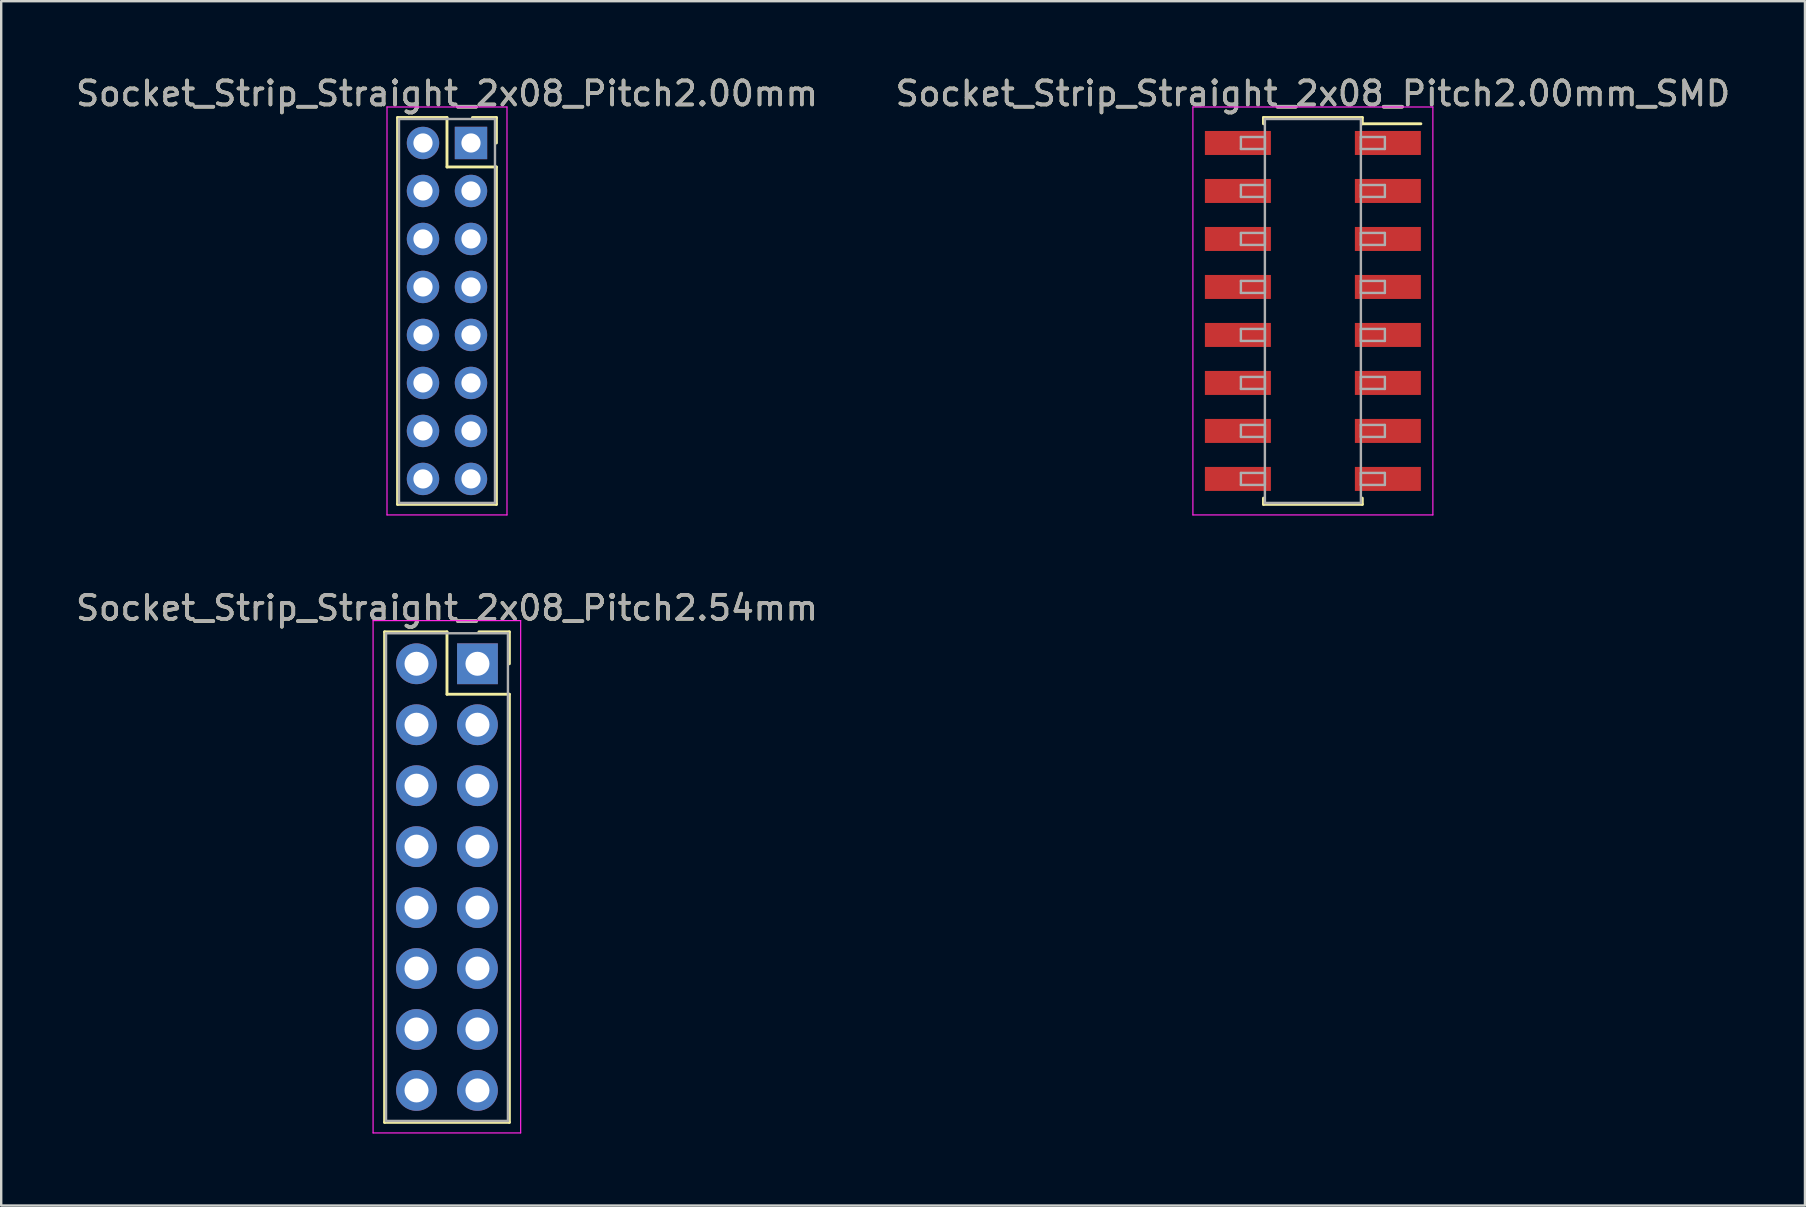
<source format=kicad_pcb>
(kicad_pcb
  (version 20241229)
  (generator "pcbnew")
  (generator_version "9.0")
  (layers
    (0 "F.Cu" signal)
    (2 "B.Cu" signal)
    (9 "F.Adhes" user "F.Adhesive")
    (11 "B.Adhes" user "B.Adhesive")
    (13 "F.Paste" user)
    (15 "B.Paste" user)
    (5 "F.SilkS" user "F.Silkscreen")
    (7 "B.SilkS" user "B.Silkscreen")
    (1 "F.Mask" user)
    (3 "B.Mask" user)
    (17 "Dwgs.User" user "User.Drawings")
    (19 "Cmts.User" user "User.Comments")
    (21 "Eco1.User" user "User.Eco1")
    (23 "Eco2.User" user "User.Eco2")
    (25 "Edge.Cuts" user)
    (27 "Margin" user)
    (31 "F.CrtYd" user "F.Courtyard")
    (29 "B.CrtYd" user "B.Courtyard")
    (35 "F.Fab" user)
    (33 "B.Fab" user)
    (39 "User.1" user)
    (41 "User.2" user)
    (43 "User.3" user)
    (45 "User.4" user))
  (footprint "Socket_Strip_Straight_2x08_Pitch2.00mm_SMD"
    (layer "F.Cu")
    (at 51.661 9.908)
    (property "Reference" "Socket_Strip_Straight_2x08_Pitch2.00mm_SMD" (at 0 -9.06 0) (layer "F.SilkS") (effects (font (size 1 1) (thickness 0.15))))
    (attr smd)
    (fp_line (start -2.06 -8.06) (end 2.06 -8.06) (stroke (width 0.12) (type solid)) (layer "F.SilkS"))
    (fp_line (start -2.06 -7.8) (end -2.06 -8.06) (stroke (width 0.12) (type solid)) (layer "F.SilkS"))
    (fp_line (start -2.06 7.8) (end -2.06 8.06) (stroke (width 0.12) (type solid)) (layer "F.SilkS"))
    (fp_line (start -2.06 8.06) (end 2.06 8.06) (stroke (width 0.12) (type solid)) (layer "F.SilkS"))
    (fp_line (start 2.06 -8.06) (end 2.06 -7.8) (stroke (width 0.12) (type solid)) (layer "F.SilkS"))
    (fp_line (start 2.06 8.06) (end 2.06 7.8) (stroke (width 0.12) (type solid)) (layer "F.SilkS"))
    (fp_line (start 4.5 -7.8) (end 2.06 -7.8) (stroke (width 0.12) (type solid)) (layer "F.SilkS"))
    (fp_line (start -5 -8.5) (end -5 8.5) (stroke (width 0.05) (type solid)) (layer "F.CrtYd"))
    (fp_line (start -5 8.5) (end 5 8.5) (stroke (width 0.05) (type solid)) (layer "F.CrtYd"))
    (fp_line (start 5 -8.5) (end -5 -8.5) (stroke (width 0.05) (type solid)) (layer "F.CrtYd"))
    (fp_line (start 5 8.5) (end 5 -8.5) (stroke (width 0.05) (type solid)) (layer "F.CrtYd"))
    (fp_line (start -3 -7.25) (end -2 -7.25) (stroke (width 0.1) (type solid)) (layer "F.Fab"))
    (fp_line (start -3 -6.75) (end -3 -7.25) (stroke (width 0.1) (type solid)) (layer "F.Fab"))
    (fp_line (start -3 -5.25) (end -2 -5.25) (stroke (width 0.1) (type solid)) (layer "F.Fab"))
    (fp_line (start -3 -4.75) (end -3 -5.25) (stroke (width 0.1) (type solid)) (layer "F.Fab"))
    (fp_line (start -3 -3.25) (end -2 -3.25) (stroke (width 0.1) (type solid)) (layer "F.Fab"))
    (fp_line (start -3 -2.75) (end -3 -3.25) (stroke (width 0.1) (type solid)) (layer "F.Fab"))
    (fp_line (start -3 -1.25) (end -2 -1.25) (stroke (width 0.1) (type solid)) (layer "F.Fab"))
    (fp_line (start -3 -0.75) (end -3 -1.25) (stroke (width 0.1) (type solid)) (layer "F.Fab"))
    (fp_line (start -3 0.75) (end -2 0.75) (stroke (width 0.1) (type solid)) (layer "F.Fab"))
    (fp_line (start -3 1.25) (end -3 0.75) (stroke (width 0.1) (type solid)) (layer "F.Fab"))
    (fp_line (start -3 2.75) (end -2 2.75) (stroke (width 0.1) (type solid)) (layer "F.Fab"))
    (fp_line (start -3 3.25) (end -3 2.75) (stroke (width 0.1) (type solid)) (layer "F.Fab"))
    (fp_line (start -3 4.75) (end -2 4.75) (stroke (width 0.1) (type solid)) (layer "F.Fab"))
    (fp_line (start -3 5.25) (end -3 4.75) (stroke (width 0.1) (type solid)) (layer "F.Fab"))
    (fp_line (start -3 6.75) (end -2 6.75) (stroke (width 0.1) (type solid)) (layer "F.Fab"))
    (fp_line (start -3 7.25) (end -3 6.75) (stroke (width 0.1) (type solid)) (layer "F.Fab"))
    (fp_line (start -2 -8) (end -2 8) (stroke (width 0.1) (type solid)) (layer "F.Fab"))
    (fp_line (start -2 -7.25) (end -2 -6.75) (stroke (width 0.1) (type solid)) (layer "F.Fab"))
    (fp_line (start -2 -6.75) (end -3 -6.75) (stroke (width 0.1) (type solid)) (layer "F.Fab"))
    (fp_line (start -2 -5.25) (end -2 -4.75) (stroke (width 0.1) (type solid)) (layer "F.Fab"))
    (fp_line (start -2 -4.75) (end -3 -4.75) (stroke (width 0.1) (type solid)) (layer "F.Fab"))
    (fp_line (start -2 -3.25) (end -2 -2.75) (stroke (width 0.1) (type solid)) (layer "F.Fab"))
    (fp_line (start -2 -2.75) (end -3 -2.75) (stroke (width 0.1) (type solid)) (layer "F.Fab"))
    (fp_line (start -2 -1.25) (end -2 -0.75) (stroke (width 0.1) (type solid)) (layer "F.Fab"))
    (fp_line (start -2 -0.75) (end -3 -0.75) (stroke (width 0.1) (type solid)) (layer "F.Fab"))
    (fp_line (start -2 0.75) (end -2 1.25) (stroke (width 0.1) (type solid)) (layer "F.Fab"))
    (fp_line (start -2 1.25) (end -3 1.25) (stroke (width 0.1) (type solid)) (layer "F.Fab"))
    (fp_line (start -2 2.75) (end -2 3.25) (stroke (width 0.1) (type solid)) (layer "F.Fab"))
    (fp_line (start -2 3.25) (end -3 3.25) (stroke (width 0.1) (type solid)) (layer "F.Fab"))
    (fp_line (start -2 4.75) (end -2 5.25) (stroke (width 0.1) (type solid)) (layer "F.Fab"))
    (fp_line (start -2 5.25) (end -3 5.25) (stroke (width 0.1) (type solid)) (layer "F.Fab"))
    (fp_line (start -2 6.75) (end -2 7.25) (stroke (width 0.1) (type solid)) (layer "F.Fab"))
    (fp_line (start -2 7.25) (end -3 7.25) (stroke (width 0.1) (type solid)) (layer "F.Fab"))
    (fp_line (start -2 8) (end 2 8) (stroke (width 0.1) (type solid)) (layer "F.Fab"))
    (fp_line (start 2 -8) (end -2 -8) (stroke (width 0.1) (type solid)) (layer "F.Fab"))
    (fp_line (start 2 -7.25) (end 2 -6.75) (stroke (width 0.1) (type solid)) (layer "F.Fab"))
    (fp_line (start 2 -6.75) (end 3 -6.75) (stroke (width 0.1) (type solid)) (layer "F.Fab"))
    (fp_line (start 2 -5.25) (end 2 -4.75) (stroke (width 0.1) (type solid)) (layer "F.Fab"))
    (fp_line (start 2 -4.75) (end 3 -4.75) (stroke (width 0.1) (type solid)) (layer "F.Fab"))
    (fp_line (start 2 -3.25) (end 2 -2.75) (stroke (width 0.1) (type solid)) (layer "F.Fab"))
    (fp_line (start 2 -2.75) (end 3 -2.75) (stroke (width 0.1) (type solid)) (layer "F.Fab"))
    (fp_line (start 2 -1.25) (end 2 -0.75) (stroke (width 0.1) (type solid)) (layer "F.Fab"))
    (fp_line (start 2 -0.75) (end 3 -0.75) (stroke (width 0.1) (type solid)) (layer "F.Fab"))
    (fp_line (start 2 0.75) (end 2 1.25) (stroke (width 0.1) (type solid)) (layer "F.Fab"))
    (fp_line (start 2 1.25) (end 3 1.25) (stroke (width 0.1) (type solid)) (layer "F.Fab"))
    (fp_line (start 2 2.75) (end 2 3.25) (stroke (width 0.1) (type solid)) (layer "F.Fab"))
    (fp_line (start 2 3.25) (end 3 3.25) (stroke (width 0.1) (type solid)) (layer "F.Fab"))
    (fp_line (start 2 4.75) (end 2 5.25) (stroke (width 0.1) (type solid)) (layer "F.Fab"))
    (fp_line (start 2 5.25) (end 3 5.25) (stroke (width 0.1) (type solid)) (layer "F.Fab"))
    (fp_line (start 2 6.75) (end 2 7.25) (stroke (width 0.1) (type solid)) (layer "F.Fab"))
    (fp_line (start 2 7.25) (end 3 7.25) (stroke (width 0.1) (type solid)) (layer "F.Fab"))
    (fp_line (start 2 8) (end 2 -8) (stroke (width 0.1) (type solid)) (layer "F.Fab"))
    (fp_line (start 3 -7.25) (end 2 -7.25) (stroke (width 0.1) (type solid)) (layer "F.Fab"))
    (fp_line (start 3 -6.75) (end 3 -7.25) (stroke (width 0.1) (type solid)) (layer "F.Fab"))
    (fp_line (start 3 -5.25) (end 2 -5.25) (stroke (width 0.1) (type solid)) (layer "F.Fab"))
    (fp_line (start 3 -4.75) (end 3 -5.25) (stroke (width 0.1) (type solid)) (layer "F.Fab"))
    (fp_line (start 3 -3.25) (end 2 -3.25) (stroke (width 0.1) (type solid)) (layer "F.Fab"))
    (fp_line (start 3 -2.75) (end 3 -3.25) (stroke (width 0.1) (type solid)) (layer "F.Fab"))
    (fp_line (start 3 -1.25) (end 2 -1.25) (stroke (width 0.1) (type solid)) (layer "F.Fab"))
    (fp_line (start 3 -0.75) (end 3 -1.25) (stroke (width 0.1) (type solid)) (layer "F.Fab"))
    (fp_line (start 3 0.75) (end 2 0.75) (stroke (width 0.1) (type solid)) (layer "F.Fab"))
    (fp_line (start 3 1.25) (end 3 0.75) (stroke (width 0.1) (type solid)) (layer "F.Fab"))
    (fp_line (start 3 2.75) (end 2 2.75) (stroke (width 0.1) (type solid)) (layer "F.Fab"))
    (fp_line (start 3 3.25) (end 3 2.75) (stroke (width 0.1) (type solid)) (layer "F.Fab"))
    (fp_line (start 3 4.75) (end 2 4.75) (stroke (width 0.1) (type solid)) (layer "F.Fab"))
    (fp_line (start 3 5.25) (end 3 4.75) (stroke (width 0.1) (type solid)) (layer "F.Fab"))
    (fp_line (start 3 6.75) (end 2 6.75) (stroke (width 0.1) (type solid)) (layer "F.Fab"))
    (fp_line (start 3 7.25) (end 3 6.75) (stroke (width 0.1) (type solid)) (layer "F.Fab"))
    (fp_text user "${REFERENCE}" (at 0 -9.06 0) (layer "F.Fab") (effects (font (size 1 1) (thickness 0.15))))
    (pad "1" smd rect (at 3.125 -7) (size 2.75 1) (layers "F.Cu" "F.Mask" "F.Paste"))
    (pad "2" smd rect (at -3.125 -7) (size 2.75 1) (layers "F.Cu" "F.Mask" "F.Paste"))
    (pad "3" smd rect (at 3.125 -5) (size 2.75 1) (layers "F.Cu" "F.Mask" "F.Paste"))
    (pad "4" smd rect (at -3.125 -5) (size 2.75 1) (layers "F.Cu" "F.Mask" "F.Paste"))
    (pad "5" smd rect (at 3.125 -3) (size 2.75 1) (layers "F.Cu" "F.Mask" "F.Paste"))
    (pad "6" smd rect (at -3.125 -3) (size 2.75 1) (layers "F.Cu" "F.Mask" "F.Paste"))
    (pad "7" smd rect (at 3.125 -1) (size 2.75 1) (layers "F.Cu" "F.Mask" "F.Paste"))
    (pad "8" smd rect (at -3.125 -1) (size 2.75 1) (layers "F.Cu" "F.Mask" "F.Paste"))
    (pad "9" smd rect (at 3.125 1) (size 2.75 1) (layers "F.Cu" "F.Mask" "F.Paste"))
    (pad "10" smd rect (at -3.125 1) (size 2.75 1) (layers "F.Cu" "F.Mask" "F.Paste"))
    (pad "11" smd rect (at 3.125 3) (size 2.75 1) (layers "F.Cu" "F.Mask" "F.Paste"))
    (pad "12" smd rect (at -3.125 3) (size 2.75 1) (layers "F.Cu" "F.Mask" "F.Paste"))
    (pad "13" smd rect (at 3.125 5) (size 2.75 1) (layers "F.Cu" "F.Mask" "F.Paste"))
    (pad "14" smd rect (at -3.125 5) (size 2.75 1) (layers "F.Cu" "F.Mask" "F.Paste"))
    (pad "15" smd rect (at 3.125 7) (size 2.75 1) (layers "F.Cu" "F.Mask" "F.Paste"))
    (pad "16" smd rect (at -3.125 7) (size 2.75 1) (layers "F.Cu" "F.Mask" "F.Paste")))
  (footprint "Socket_Strip_Straight_2x08_Pitch2.54mm"
    (layer "F.Cu")
    (at 16.847 24.611)
    (property "Reference" "Socket_Strip_Straight_2x08_Pitch2.54mm" (at -1.27 -2.33 0) (layer "F.SilkS") (effects (font (size 1 1) (thickness 0.15))))
    (attr through_hole)
    (fp_line (start -3.87 -1.33) (end -1.27 -1.33) (stroke (width 0.12) (type solid)) (layer "F.SilkS"))
    (fp_line (start -3.87 19.11) (end -3.87 -1.33) (stroke (width 0.12) (type solid)) (layer "F.SilkS"))
    (fp_line (start -1.27 -1.33) (end -1.27 1.27) (stroke (width 0.12) (type solid)) (layer "F.SilkS"))
    (fp_line (start -1.27 1.27) (end 1.33 1.27) (stroke (width 0.12) (type solid)) (layer "F.SilkS"))
    (fp_line (start 1.33 -1.33) (end 0.06 -1.33) (stroke (width 0.12) (type solid)) (layer "F.SilkS"))
    (fp_line (start 1.33 0) (end 1.33 -1.33) (stroke (width 0.12) (type solid)) (layer "F.SilkS"))
    (fp_line (start 1.33 1.27) (end 1.33 19.11) (stroke (width 0.12) (type solid)) (layer "F.SilkS"))
    (fp_line (start 1.33 19.11) (end -3.87 19.11) (stroke (width 0.12) (type solid)) (layer "F.SilkS"))
    (fp_line (start -4.35 -1.8) (end -4.35 19.55) (stroke (width 0.05) (type solid)) (layer "F.CrtYd"))
    (fp_line (start -4.35 19.55) (end 1.8 19.55) (stroke (width 0.05) (type solid)) (layer "F.CrtYd"))
    (fp_line (start 1.8 -1.8) (end -4.35 -1.8) (stroke (width 0.05) (type solid)) (layer "F.CrtYd"))
    (fp_line (start 1.8 19.55) (end 1.8 -1.8) (stroke (width 0.05) (type solid)) (layer "F.CrtYd"))
    (fp_line (start -3.81 -1.27) (end -3.81 19.05) (stroke (width 0.1) (type solid)) (layer "F.Fab"))
    (fp_line (start -3.81 19.05) (end 1.27 19.05) (stroke (width 0.1) (type solid)) (layer "F.Fab"))
    (fp_line (start 1.27 -1.27) (end -3.81 -1.27) (stroke (width 0.1) (type solid)) (layer "F.Fab"))
    (fp_line (start 1.27 19.05) (end 1.27 -1.27) (stroke (width 0.1) (type solid)) (layer "F.Fab"))
    (fp_text user "${REFERENCE}" (at -1.27 -2.33 0) (layer "F.Fab") (effects (font (size 1 1) (thickness 0.15))))
    (pad "1" thru_hole rect (at 0 0) (size 1.7 1.7) (drill 1) (layers "*.Cu" "*.Mask"))
    (pad "2" thru_hole oval (at -2.54 0) (size 1.7 1.7) (drill 1) (layers "*.Cu" "*.Mask"))
    (pad "3" thru_hole oval (at 0 2.54) (size 1.7 1.7) (drill 1) (layers "*.Cu" "*.Mask"))
    (pad "4" thru_hole oval (at -2.54 2.54) (size 1.7 1.7) (drill 1) (layers "*.Cu" "*.Mask"))
    (pad "5" thru_hole oval (at 0 5.08) (size 1.7 1.7) (drill 1) (layers "*.Cu" "*.Mask"))
    (pad "6" thru_hole oval (at -2.54 5.08) (size 1.7 1.7) (drill 1) (layers "*.Cu" "*.Mask"))
    (pad "7" thru_hole oval (at 0 7.62) (size 1.7 1.7) (drill 1) (layers "*.Cu" "*.Mask"))
    (pad "8" thru_hole oval (at -2.54 7.62) (size 1.7 1.7) (drill 1) (layers "*.Cu" "*.Mask"))
    (pad "9" thru_hole oval (at 0 10.16) (size 1.7 1.7) (drill 1) (layers "*.Cu" "*.Mask"))
    (pad "10" thru_hole oval (at -2.54 10.16) (size 1.7 1.7) (drill 1) (layers "*.Cu" "*.Mask"))
    (pad "11" thru_hole oval (at 0 12.7) (size 1.7 1.7) (drill 1) (layers "*.Cu" "*.Mask"))
    (pad "12" thru_hole oval (at -2.54 12.7) (size 1.7 1.7) (drill 1) (layers "*.Cu" "*.Mask"))
    (pad "13" thru_hole oval (at 0 15.24) (size 1.7 1.7) (drill 1) (layers "*.Cu" "*.Mask"))
    (pad "14" thru_hole oval (at -2.54 15.24) (size 1.7 1.7) (drill 1) (layers "*.Cu" "*.Mask"))
    (pad "15" thru_hole oval (at 0 17.78) (size 1.7 1.7) (drill 1) (layers "*.Cu" "*.Mask"))
    (pad "16" thru_hole oval (at -2.54 17.78) (size 1.7 1.7) (drill 1) (layers "*.Cu" "*.Mask")))
  (footprint "Socket_Strip_Straight_2x08_Pitch2.00mm"
    (layer "F.Cu")
    (at 16.577 2.908)
    (property "Reference" "Socket_Strip_Straight_2x08_Pitch2.00mm" (at -1 -2.06 0) (layer "F.SilkS") (effects (font (size 1 1) (thickness 0.15))))
    (attr through_hole)
    (fp_line (start -3.06 -1.06) (end -1 -1.06) (stroke (width 0.12) (type solid)) (layer "F.SilkS"))
    (fp_line (start -3.06 15.06) (end -3.06 -1.06) (stroke (width 0.12) (type solid)) (layer "F.SilkS"))
    (fp_line (start -1 -1.06) (end -1 1) (stroke (width 0.12) (type solid)) (layer "F.SilkS"))
    (fp_line (start -1 1) (end 1.06 1) (stroke (width 0.12) (type solid)) (layer "F.SilkS"))
    (fp_line (start 1.06 -1.06) (end 0.06 -1.06) (stroke (width 0.12) (type solid)) (layer "F.SilkS"))
    (fp_line (start 1.06 0) (end 1.06 -1.06) (stroke (width 0.12) (type solid)) (layer "F.SilkS"))
    (fp_line (start 1.06 1) (end 1.06 15.06) (stroke (width 0.12) (type solid)) (layer "F.SilkS"))
    (fp_line (start 1.06 15.06) (end -3.06 15.06) (stroke (width 0.12) (type solid)) (layer "F.SilkS"))
    (fp_line (start -3.5 -1.5) (end -3.5 15.5) (stroke (width 0.05) (type solid)) (layer "F.CrtYd"))
    (fp_line (start -3.5 15.5) (end 1.5 15.5) (stroke (width 0.05) (type solid)) (layer "F.CrtYd"))
    (fp_line (start 1.5 -1.5) (end -3.5 -1.5) (stroke (width 0.05) (type solid)) (layer "F.CrtYd"))
    (fp_line (start 1.5 15.5) (end 1.5 -1.5) (stroke (width 0.05) (type solid)) (layer "F.CrtYd"))
    (fp_line (start -3 -1) (end -3 15) (stroke (width 0.1) (type solid)) (layer "F.Fab"))
    (fp_line (start -3 15) (end 1 15) (stroke (width 0.1) (type solid)) (layer "F.Fab"))
    (fp_line (start 1 -1) (end -3 -1) (stroke (width 0.1) (type solid)) (layer "F.Fab"))
    (fp_line (start 1 15) (end 1 -1) (stroke (width 0.1) (type solid)) (layer "F.Fab"))
    (fp_text user "${REFERENCE}" (at -1 -2.06 0) (layer "F.Fab") (effects (font (size 1 1) (thickness 0.15))))
    (pad "1" thru_hole rect (at 0 0) (size 1.35 1.35) (drill 0.8) (layers "*.Cu" "*.Mask"))
    (pad "2" thru_hole oval (at -2 0) (size 1.35 1.35) (drill 0.8) (layers "*.Cu" "*.Mask"))
    (pad "3" thru_hole oval (at 0 2) (size 1.35 1.35) (drill 0.8) (layers "*.Cu" "*.Mask"))
    (pad "4" thru_hole oval (at -2 2) (size 1.35 1.35) (drill 0.8) (layers "*.Cu" "*.Mask"))
    (pad "5" thru_hole oval (at 0 4) (size 1.35 1.35) (drill 0.8) (layers "*.Cu" "*.Mask"))
    (pad "6" thru_hole oval (at -2 4) (size 1.35 1.35) (drill 0.8) (layers "*.Cu" "*.Mask"))
    (pad "7" thru_hole oval (at 0 6) (size 1.35 1.35) (drill 0.8) (layers "*.Cu" "*.Mask"))
    (pad "8" thru_hole oval (at -2 6) (size 1.35 1.35) (drill 0.8) (layers "*.Cu" "*.Mask"))
    (pad "9" thru_hole oval (at 0 8) (size 1.35 1.35) (drill 0.8) (layers "*.Cu" "*.Mask"))
    (pad "10" thru_hole oval (at -2 8) (size 1.35 1.35) (drill 0.8) (layers "*.Cu" "*.Mask"))
    (pad "11" thru_hole oval (at 0 10) (size 1.35 1.35) (drill 0.8) (layers "*.Cu" "*.Mask"))
    (pad "12" thru_hole oval (at -2 10) (size 1.35 1.35) (drill 0.8) (layers "*.Cu" "*.Mask"))
    (pad "13" thru_hole oval (at 0 12) (size 1.35 1.35) (drill 0.8) (layers "*.Cu" "*.Mask"))
    (pad "14" thru_hole oval (at -2 12) (size 1.35 1.35) (drill 0.8) (layers "*.Cu" "*.Mask"))
    (pad "15" thru_hole oval (at 0 14) (size 1.35 1.35) (drill 0.8) (layers "*.Cu" "*.Mask"))
    (pad "16" thru_hole oval (at -2 14) (size 1.35 1.35) (drill 0.8) (layers "*.Cu" "*.Mask")))
  (gr_rect
    (start -3 -3)
    (end 72.167 47.187)
    (stroke (width 0.1) (type default))
    (fill no)
    (layer "Edge.Cuts")))
</source>
